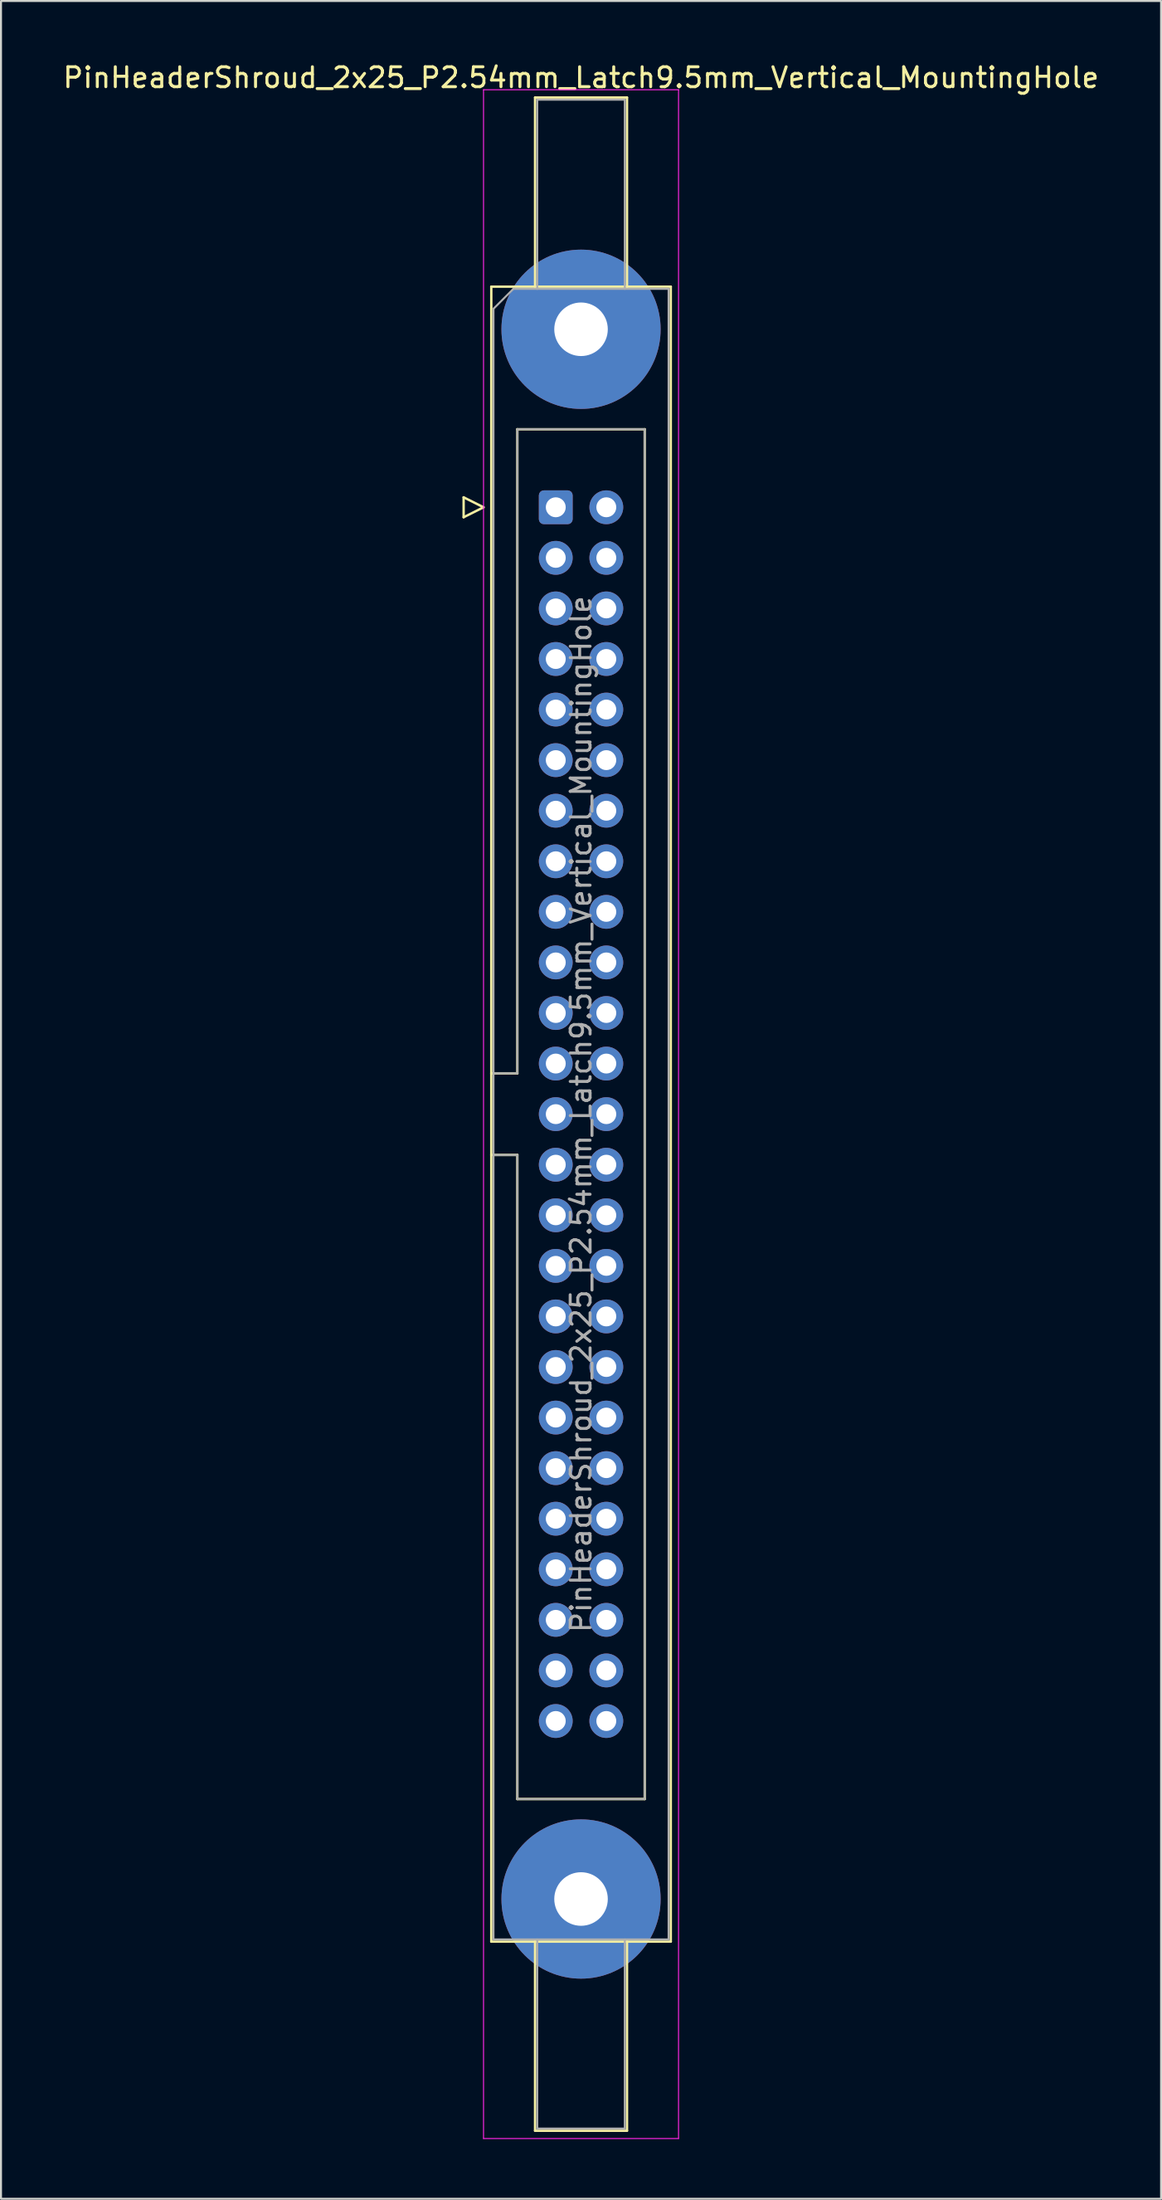
<source format=kicad_pcb>
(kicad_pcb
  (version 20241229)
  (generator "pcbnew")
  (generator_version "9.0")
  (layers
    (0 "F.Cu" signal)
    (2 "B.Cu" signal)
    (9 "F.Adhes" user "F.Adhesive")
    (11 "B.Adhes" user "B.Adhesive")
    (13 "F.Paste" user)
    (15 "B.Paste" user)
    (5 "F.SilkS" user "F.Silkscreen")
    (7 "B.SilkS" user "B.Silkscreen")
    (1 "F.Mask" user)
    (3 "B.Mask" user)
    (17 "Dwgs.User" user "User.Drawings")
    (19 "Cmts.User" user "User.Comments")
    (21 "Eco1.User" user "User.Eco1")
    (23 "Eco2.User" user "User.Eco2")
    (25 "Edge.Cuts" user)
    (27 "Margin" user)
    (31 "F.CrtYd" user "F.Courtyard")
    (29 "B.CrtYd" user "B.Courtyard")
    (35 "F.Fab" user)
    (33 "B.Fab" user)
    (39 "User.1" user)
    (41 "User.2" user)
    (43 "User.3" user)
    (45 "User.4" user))
  (footprint "PinHeaderShroud_2x25_P2.54mm_Latch9.5mm_Vertical_MountingHole"
    (layer "F.Cu")
    (at 24.879 22.428)
    (property "Reference" "PinHeaderShroud_2x25_P2.54mm_Latch9.5mm_Vertical_MountingHole" (at 1.27 -21.58 0) (layer "F.SilkS") (effects (font (size 1 1) (thickness 0.15))))
    (attr through_hole)
    (fp_line (start -4.63 -0.5) (end -4.63 0.5) (stroke (width 0.12) (type solid)) (layer "F.SilkS"))
    (fp_line (start -4.63 0.5) (end -3.63 0) (stroke (width 0.12) (type solid)) (layer "F.SilkS"))
    (fp_line (start -3.63 0) (end -4.63 -0.5) (stroke (width 0.12) (type solid)) (layer "F.SilkS"))
    (fp_line (start -3.24 -11.08) (end 5.78 -11.08) (stroke (width 0.12) (type solid)) (layer "F.SilkS"))
    (fp_line (start -3.24 28.43) (end -1.93 28.43) (stroke (width 0.12) (type solid)) (layer "F.SilkS"))
    (fp_line (start -3.24 32.53) (end -1.93 32.53) (stroke (width 0.12) (type solid)) (layer "F.SilkS"))
    (fp_line (start -3.24 72.04) (end -3.24 -11.08) (stroke (width 0.12) (type solid)) (layer "F.SilkS"))
    (fp_line (start -1.93 -3.92) (end 4.47 -3.92) (stroke (width 0.12) (type solid)) (layer "F.SilkS"))
    (fp_line (start -1.93 28.43) (end -1.93 -3.92) (stroke (width 0.12) (type solid)) (layer "F.SilkS"))
    (fp_line (start -1.93 64.88) (end -1.93 32.53) (stroke (width 0.12) (type solid)) (layer "F.SilkS"))
    (fp_line (start -1.04 -20.58) (end 3.58 -20.58) (stroke (width 0.12) (type solid)) (layer "F.SilkS"))
    (fp_line (start -1.04 -11.08) (end -1.04 -20.58) (stroke (width 0.12) (type solid)) (layer "F.SilkS"))
    (fp_line (start -1.04 72.04) (end -1.04 81.54) (stroke (width 0.12) (type solid)) (layer "F.SilkS"))
    (fp_line (start -1.04 81.54) (end 3.58 81.54) (stroke (width 0.12) (type solid)) (layer "F.SilkS"))
    (fp_line (start 3.58 -20.58) (end 3.58 -11.08) (stroke (width 0.12) (type solid)) (layer "F.SilkS"))
    (fp_line (start 3.58 81.54) (end 3.58 72.04) (stroke (width 0.12) (type solid)) (layer "F.SilkS"))
    (fp_line (start 4.47 -3.92) (end 4.47 64.88) (stroke (width 0.12) (type solid)) (layer "F.SilkS"))
    (fp_line (start 4.47 64.88) (end -1.93 64.88) (stroke (width 0.12) (type solid)) (layer "F.SilkS"))
    (fp_line (start 5.78 -11.08) (end 5.78 72.04) (stroke (width 0.12) (type solid)) (layer "F.SilkS"))
    (fp_line (start 5.78 72.04) (end -3.24 72.04) (stroke (width 0.12) (type solid)) (layer "F.SilkS"))
    (fp_line (start -3.63 -20.97) (end -3.63 81.93) (stroke (width 0.05) (type solid)) (layer "F.CrtYd"))
    (fp_line (start -3.63 81.93) (end 6.17 81.93) (stroke (width 0.05) (type solid)) (layer "F.CrtYd"))
    (fp_line (start 6.17 -20.97) (end -3.63 -20.97) (stroke (width 0.05) (type solid)) (layer "F.CrtYd"))
    (fp_line (start 6.17 81.93) (end 6.17 -20.97) (stroke (width 0.05) (type solid)) (layer "F.CrtYd"))
    (fp_line (start -3.13 -9.97) (end -2.13 -10.97) (stroke (width 0.1) (type solid)) (layer "F.Fab"))
    (fp_line (start -3.13 28.43) (end -1.93 28.43) (stroke (width 0.1) (type solid)) (layer "F.Fab"))
    (fp_line (start -3.13 32.53) (end -1.93 32.53) (stroke (width 0.1) (type solid)) (layer "F.Fab"))
    (fp_line (start -3.13 71.93) (end -3.13 -9.97) (stroke (width 0.1) (type solid)) (layer "F.Fab"))
    (fp_line (start -2.13 -10.97) (end 5.67 -10.97) (stroke (width 0.1) (type solid)) (layer "F.Fab"))
    (fp_line (start -1.93 -3.92) (end 4.47 -3.92) (stroke (width 0.1) (type solid)) (layer "F.Fab"))
    (fp_line (start -1.93 28.43) (end -1.93 -3.92) (stroke (width 0.1) (type solid)) (layer "F.Fab"))
    (fp_line (start -1.93 64.88) (end -1.93 32.53) (stroke (width 0.1) (type solid)) (layer "F.Fab"))
    (fp_line (start -0.93 -20.47) (end 3.47 -20.47) (stroke (width 0.1) (type solid)) (layer "F.Fab"))
    (fp_line (start -0.93 -10.97) (end -0.93 -20.47) (stroke (width 0.1) (type solid)) (layer "F.Fab"))
    (fp_line (start -0.93 71.93) (end -0.93 81.43) (stroke (width 0.1) (type solid)) (layer "F.Fab"))
    (fp_line (start -0.93 81.43) (end 3.47 81.43) (stroke (width 0.1) (type solid)) (layer "F.Fab"))
    (fp_line (start 3.47 -20.47) (end 3.47 -10.97) (stroke (width 0.1) (type solid)) (layer "F.Fab"))
    (fp_line (start 3.47 81.43) (end 3.47 71.93) (stroke (width 0.1) (type solid)) (layer "F.Fab"))
    (fp_line (start 4.47 -3.92) (end 4.47 64.88) (stroke (width 0.1) (type solid)) (layer "F.Fab"))
    (fp_line (start 4.47 64.88) (end -1.93 64.88) (stroke (width 0.1) (type solid)) (layer "F.Fab"))
    (fp_line (start 5.67 -10.97) (end 5.67 71.93) (stroke (width 0.1) (type solid)) (layer "F.Fab"))
    (fp_line (start 5.67 71.93) (end -3.13 71.93) (stroke (width 0.1) (type solid)) (layer "F.Fab"))
    (fp_text user "${REFERENCE}" (at 1.27 30.48 90) (layer "F.Fab") (effects (font (size 1 1) (thickness 0.15))))
    (pad "" thru_hole circle (at 1.27 -8.94) (size 8 8) (drill 2.69) (layers "*.Cu" "*.Mask"))
    (pad "" thru_hole circle (at 1.27 69.9) (size 8 8) (drill 2.69) (layers "*.Cu" "*.Mask"))
    (pad "1" thru_hole roundrect (at 0 0) (size 1.7 1.7) (drill 1) (layers "*.Cu" "*.Mask") (roundrect_rratio 0.147))
    (pad "2" thru_hole circle (at 2.54 0) (size 1.7 1.7) (drill 1) (layers "*.Cu" "*.Mask"))
    (pad "3" thru_hole circle (at 0 2.54) (size 1.7 1.7) (drill 1) (layers "*.Cu" "*.Mask"))
    (pad "4" thru_hole circle (at 2.54 2.54) (size 1.7 1.7) (drill 1) (layers "*.Cu" "*.Mask"))
    (pad "5" thru_hole circle (at 0 5.08) (size 1.7 1.7) (drill 1) (layers "*.Cu" "*.Mask"))
    (pad "6" thru_hole circle (at 2.54 5.08) (size 1.7 1.7) (drill 1) (layers "*.Cu" "*.Mask"))
    (pad "7" thru_hole circle (at 0 7.62) (size 1.7 1.7) (drill 1) (layers "*.Cu" "*.Mask"))
    (pad "8" thru_hole circle (at 2.54 7.62) (size 1.7 1.7) (drill 1) (layers "*.Cu" "*.Mask"))
    (pad "9" thru_hole circle (at 0 10.16) (size 1.7 1.7) (drill 1) (layers "*.Cu" "*.Mask"))
    (pad "10" thru_hole circle (at 2.54 10.16) (size 1.7 1.7) (drill 1) (layers "*.Cu" "*.Mask"))
    (pad "11" thru_hole circle (at 0 12.7) (size 1.7 1.7) (drill 1) (layers "*.Cu" "*.Mask"))
    (pad "12" thru_hole circle (at 2.54 12.7) (size 1.7 1.7) (drill 1) (layers "*.Cu" "*.Mask"))
    (pad "13" thru_hole circle (at 0 15.24) (size 1.7 1.7) (drill 1) (layers "*.Cu" "*.Mask"))
    (pad "14" thru_hole circle (at 2.54 15.24) (size 1.7 1.7) (drill 1) (layers "*.Cu" "*.Mask"))
    (pad "15" thru_hole circle (at 0 17.78) (size 1.7 1.7) (drill 1) (layers "*.Cu" "*.Mask"))
    (pad "16" thru_hole circle (at 2.54 17.78) (size 1.7 1.7) (drill 1) (layers "*.Cu" "*.Mask"))
    (pad "17" thru_hole circle (at 0 20.32) (size 1.7 1.7) (drill 1) (layers "*.Cu" "*.Mask"))
    (pad "18" thru_hole circle (at 2.54 20.32) (size 1.7 1.7) (drill 1) (layers "*.Cu" "*.Mask"))
    (pad "19" thru_hole circle (at 0 22.86) (size 1.7 1.7) (drill 1) (layers "*.Cu" "*.Mask"))
    (pad "20" thru_hole circle (at 2.54 22.86) (size 1.7 1.7) (drill 1) (layers "*.Cu" "*.Mask"))
    (pad "21" thru_hole circle (at 0 25.4) (size 1.7 1.7) (drill 1) (layers "*.Cu" "*.Mask"))
    (pad "22" thru_hole circle (at 2.54 25.4) (size 1.7 1.7) (drill 1) (layers "*.Cu" "*.Mask"))
    (pad "23" thru_hole circle (at 0 27.94) (size 1.7 1.7) (drill 1) (layers "*.Cu" "*.Mask"))
    (pad "24" thru_hole circle (at 2.54 27.94) (size 1.7 1.7) (drill 1) (layers "*.Cu" "*.Mask"))
    (pad "25" thru_hole circle (at 0 30.48) (size 1.7 1.7) (drill 1) (layers "*.Cu" "*.Mask"))
    (pad "26" thru_hole circle (at 2.54 30.48) (size 1.7 1.7) (drill 1) (layers "*.Cu" "*.Mask"))
    (pad "27" thru_hole circle (at 0 33.02) (size 1.7 1.7) (drill 1) (layers "*.Cu" "*.Mask"))
    (pad "28" thru_hole circle (at 2.54 33.02) (size 1.7 1.7) (drill 1) (layers "*.Cu" "*.Mask"))
    (pad "29" thru_hole circle (at 0 35.56) (size 1.7 1.7) (drill 1) (layers "*.Cu" "*.Mask"))
    (pad "30" thru_hole circle (at 2.54 35.56) (size 1.7 1.7) (drill 1) (layers "*.Cu" "*.Mask"))
    (pad "31" thru_hole circle (at 0 38.1) (size 1.7 1.7) (drill 1) (layers "*.Cu" "*.Mask"))
    (pad "32" thru_hole circle (at 2.54 38.1) (size 1.7 1.7) (drill 1) (layers "*.Cu" "*.Mask"))
    (pad "33" thru_hole circle (at 0 40.64) (size 1.7 1.7) (drill 1) (layers "*.Cu" "*.Mask"))
    (pad "34" thru_hole circle (at 2.54 40.64) (size 1.7 1.7) (drill 1) (layers "*.Cu" "*.Mask"))
    (pad "35" thru_hole circle (at 0 43.18) (size 1.7 1.7) (drill 1) (layers "*.Cu" "*.Mask"))
    (pad "36" thru_hole circle (at 2.54 43.18) (size 1.7 1.7) (drill 1) (layers "*.Cu" "*.Mask"))
    (pad "37" thru_hole circle (at 0 45.72) (size 1.7 1.7) (drill 1) (layers "*.Cu" "*.Mask"))
    (pad "38" thru_hole circle (at 2.54 45.72) (size 1.7 1.7) (drill 1) (layers "*.Cu" "*.Mask"))
    (pad "39" thru_hole circle (at 0 48.26) (size 1.7 1.7) (drill 1) (layers "*.Cu" "*.Mask"))
    (pad "40" thru_hole circle (at 2.54 48.26) (size 1.7 1.7) (drill 1) (layers "*.Cu" "*.Mask"))
    (pad "41" thru_hole circle (at 0 50.8) (size 1.7 1.7) (drill 1) (layers "*.Cu" "*.Mask"))
    (pad "42" thru_hole circle (at 2.54 50.8) (size 1.7 1.7) (drill 1) (layers "*.Cu" "*.Mask"))
    (pad "43" thru_hole circle (at 0 53.34) (size 1.7 1.7) (drill 1) (layers "*.Cu" "*.Mask"))
    (pad "44" thru_hole circle (at 2.54 53.34) (size 1.7 1.7) (drill 1) (layers "*.Cu" "*.Mask"))
    (pad "45" thru_hole circle (at 0 55.88) (size 1.7 1.7) (drill 1) (layers "*.Cu" "*.Mask"))
    (pad "46" thru_hole circle (at 2.54 55.88) (size 1.7 1.7) (drill 1) (layers "*.Cu" "*.Mask"))
    (pad "47" thru_hole circle (at 0 58.42) (size 1.7 1.7) (drill 1) (layers "*.Cu" "*.Mask"))
    (pad "48" thru_hole circle (at 2.54 58.42) (size 1.7 1.7) (drill 1) (layers "*.Cu" "*.Mask"))
    (pad "49" thru_hole circle (at 0 60.96) (size 1.7 1.7) (drill 1) (layers "*.Cu" "*.Mask"))
    (pad "50" thru_hole circle (at 2.54 60.96) (size 1.7 1.7) (drill 1) (layers "*.Cu" "*.Mask")))
  (gr_rect
    (start -3 -3)
    (end 55.298 107.383)
    (stroke (width 0.1) (type default))
    (fill no)
    (layer "Edge.Cuts")))
</source>
